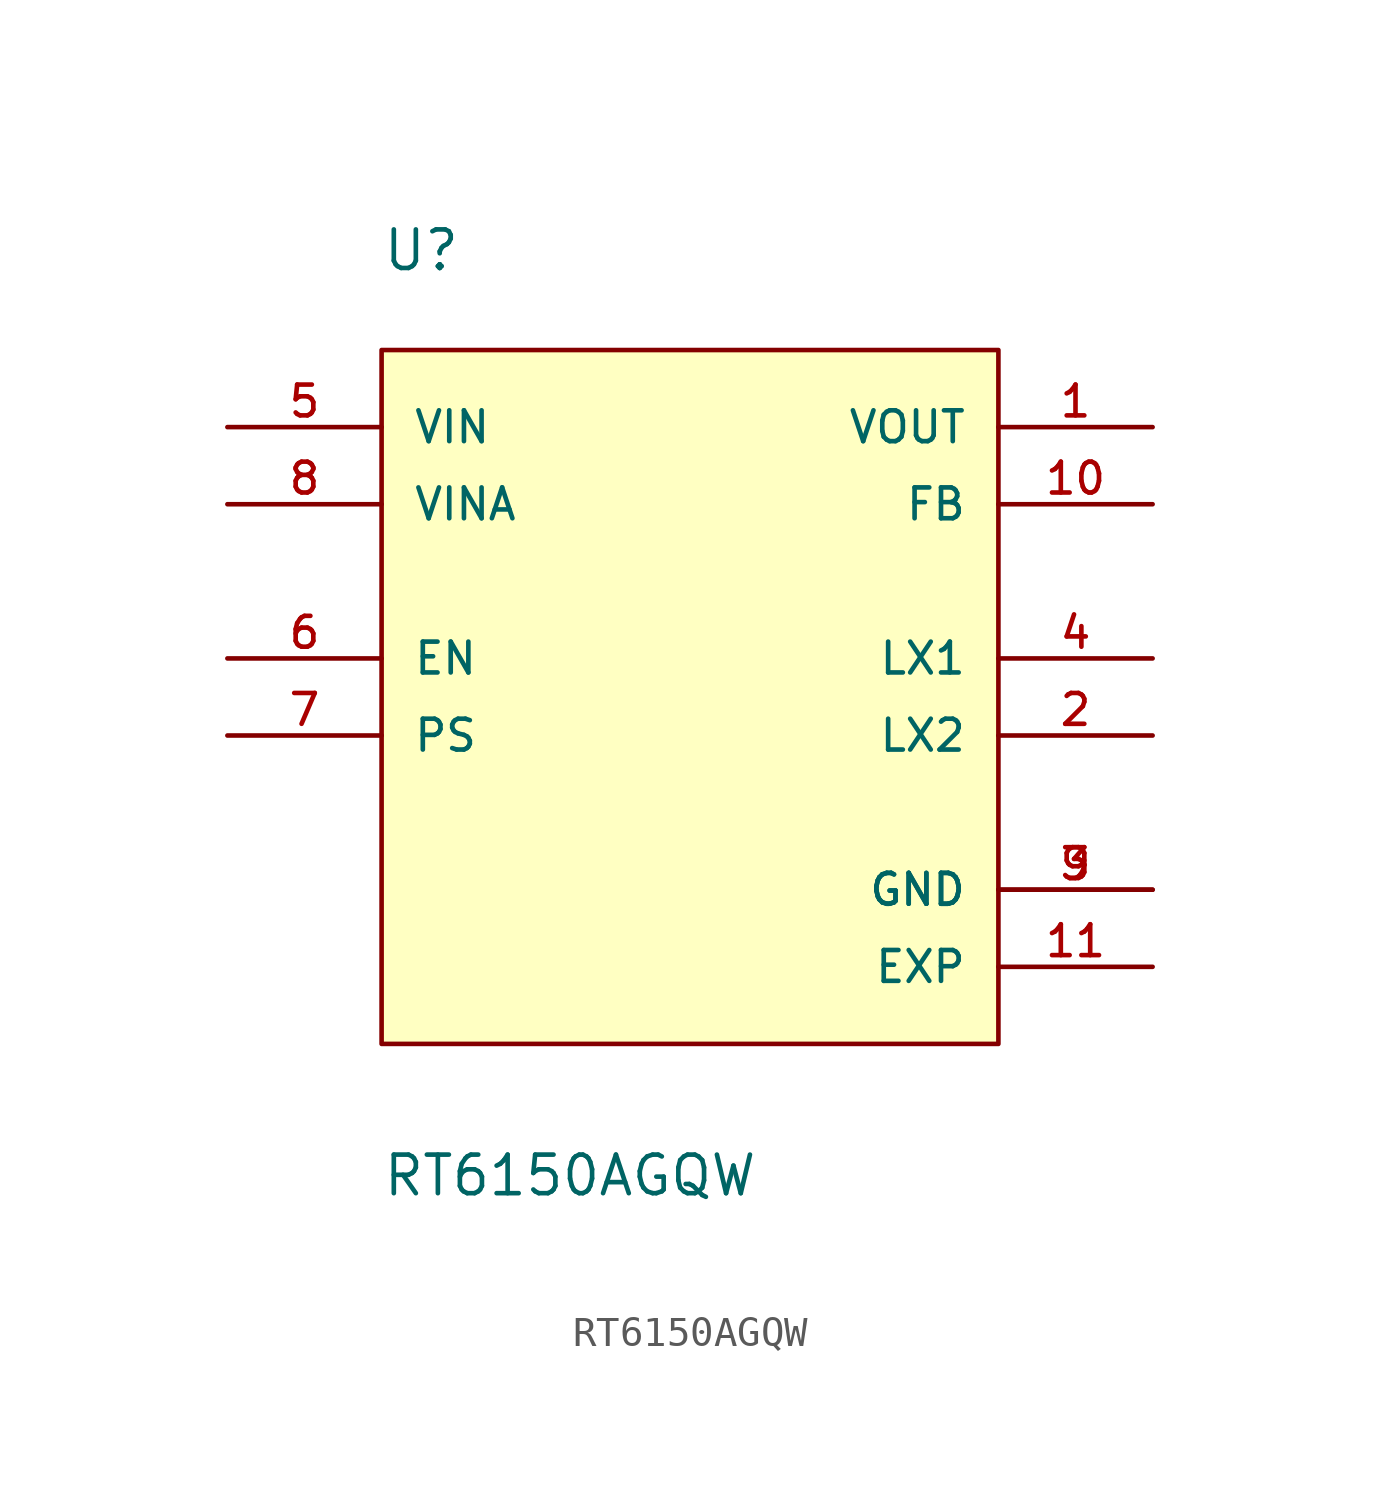
<source format=kicad_sym>
(kicad_symbol_lib
  (version 20211014)
  (generator kicad_symbol_editor)
  (symbol "RT6150AGQW"
    (pin_names
      (offset 1.016))
    (property "Reference" "U"
      (at -10.16 15.24 0)
      (effects (font (size 1.27 1.27)) (justify bottom left)))
    (property "Value" "RT6150AGQW"
      (at -10.16 -15.24 0)
      (effects (font (size 1.27 1.27)) (justify bottom left)))
    (symbol "RT6150AGQW_0_0"
      (rectangle (start -10.16 -10.16) (end 10.16 12.7) (stroke (width 0.152)) (fill (type background)))
      (pin output line (at 15.24 10.16 180.0) (length 5.08) (name "VOUT" (effects (font (size 1.016 1.016)))) (number "1" (effects (font (size 1.016 1.016)))))
      (pin passive line (at 15.24 0.0 180.0) (length 5.08) (name "LX2" (effects (font (size 1.016 1.016)))) (number "2" (effects (font (size 1.016 1.016)))))
      (pin power_in line (at 15.24 -5.08 180.0) (length 5.08) (name "GND" (effects (font (size 1.016 1.016)))) (number "3" (effects (font (size 1.016 1.016)))))
      (pin power_in line (at 15.24 -5.08 180.0) (length 5.08) (name "GND" (effects (font (size 1.016 1.016)))) (number "9" (effects (font (size 1.016 1.016)))))
      (pin passive line (at 15.24 2.54 180.0) (length 5.08) (name "LX1" (effects (font (size 1.016 1.016)))) (number "4" (effects (font (size 1.016 1.016)))))
      (pin input line (at -15.24 10.16 0) (length 5.08) (name "VIN" (effects (font (size 1.016 1.016)))) (number "5" (effects (font (size 1.016 1.016)))))
      (pin input line (at -15.24 2.54 0) (length 5.08) (name "EN" (effects (font (size 1.016 1.016)))) (number "6" (effects (font (size 1.016 1.016)))))
      (pin input line (at -15.24 0.0 0) (length 5.08) (name "PS" (effects (font (size 1.016 1.016)))) (number "7" (effects (font (size 1.016 1.016)))))
      (pin input line (at -15.24 7.62 0) (length 5.08) (name "VINA" (effects (font (size 1.016 1.016)))) (number "8" (effects (font (size 1.016 1.016)))))
      (pin input line (at 15.24 7.62 180.0) (length 5.08) (name "FB" (effects (font (size 1.016 1.016)))) (number "10" (effects (font (size 1.016 1.016)))))
      (pin power_in line (at 15.24 -7.62 180.0) (length 5.08) (name "EXP" (effects (font (size 1.016 1.016)))) (number "11" (effects (font (size 1.016 1.016))))))))
</source>
